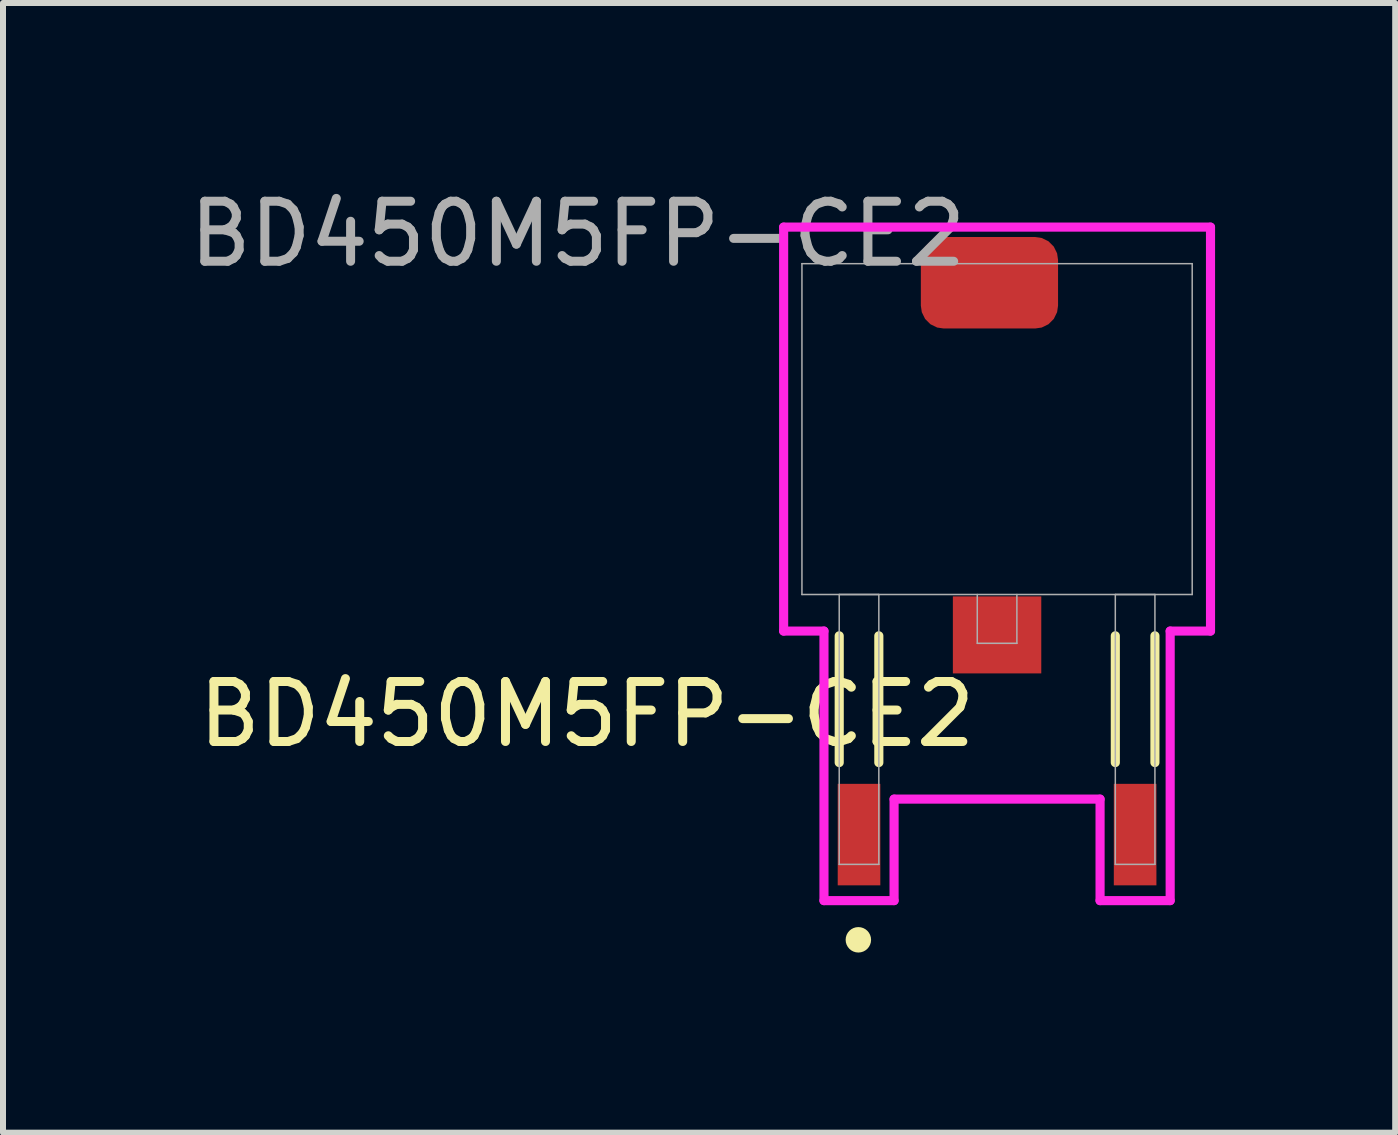
<source format=kicad_pcb>
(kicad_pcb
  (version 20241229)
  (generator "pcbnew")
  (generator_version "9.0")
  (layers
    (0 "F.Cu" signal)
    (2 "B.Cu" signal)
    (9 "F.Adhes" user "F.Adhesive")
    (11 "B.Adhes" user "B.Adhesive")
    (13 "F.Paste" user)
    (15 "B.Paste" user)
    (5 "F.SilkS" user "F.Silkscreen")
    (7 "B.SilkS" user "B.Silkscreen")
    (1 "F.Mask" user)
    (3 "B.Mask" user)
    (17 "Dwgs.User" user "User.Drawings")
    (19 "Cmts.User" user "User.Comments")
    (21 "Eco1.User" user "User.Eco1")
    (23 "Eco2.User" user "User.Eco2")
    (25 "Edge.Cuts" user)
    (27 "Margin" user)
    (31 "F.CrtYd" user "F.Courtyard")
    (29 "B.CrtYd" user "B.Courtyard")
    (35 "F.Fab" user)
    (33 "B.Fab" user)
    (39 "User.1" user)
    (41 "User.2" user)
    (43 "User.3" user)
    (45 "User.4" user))
  (footprint "BD450M5FP-CE2"
    (layer "F.Cu")
    (at 13.562 4.099)
    (property "Reference" "BD450M5FP-CE2" (at -6.833 4.75 0) (unlocked yes) (layer "F.SilkS") (effects (font (size 1 1) (thickness 0.15))))
    (attr smd)
    (fp_line (start -2.63 3.444) (end -2.63 5.556) (stroke (width 0.152) (type solid)) (layer "F.SilkS"))
    (fp_line (start -1.97 3.444) (end -1.97 5.556) (stroke (width 0.152) (type solid)) (layer "F.SilkS"))
    (fp_line (start 1.97 3.444) (end 1.97 5.556) (stroke (width 0.152) (type solid)) (layer "F.SilkS"))
    (fp_line (start 2.63 3.444) (end 2.63 5.556) (stroke (width 0.152) (type solid)) (layer "F.SilkS"))
    (fp_circle (center -2.311 8.509) (end -2.159 8.509) (stroke (width 0.12) (type solid)) (fill yes) (layer "F.SilkS"))
    (fp_line (start -3.556 -3.365) (end 3.556 -3.365) (stroke (width 0.152) (type solid)) (layer "F.CrtYd"))
    (fp_line (start -3.556 3.365) (end -3.556 -3.365) (stroke (width 0.152) (type solid)) (layer "F.CrtYd"))
    (fp_line (start -2.884 3.365) (end -3.556 3.365) (stroke (width 0.152) (type solid)) (layer "F.CrtYd"))
    (fp_line (start -2.884 7.856) (end -2.884 3.365) (stroke (width 0.152) (type solid)) (layer "F.CrtYd"))
    (fp_line (start -1.716 6.165) (end -1.716 7.856) (stroke (width 0.152) (type solid)) (layer "F.CrtYd"))
    (fp_line (start -1.716 7.856) (end -2.884 7.856) (stroke (width 0.152) (type solid)) (layer "F.CrtYd"))
    (fp_line (start 1.716 6.165) (end -1.716 6.165) (stroke (width 0.152) (type solid)) (layer "F.CrtYd"))
    (fp_line (start 1.716 7.856) (end 1.716 6.165) (stroke (width 0.152) (type solid)) (layer "F.CrtYd"))
    (fp_line (start 2.884 3.365) (end 2.884 7.856) (stroke (width 0.152) (type solid)) (layer "F.CrtYd"))
    (fp_line (start 2.884 7.856) (end 1.716 7.856) (stroke (width 0.152) (type solid)) (layer "F.CrtYd"))
    (fp_line (start 3.556 -3.365) (end 3.556 3.365) (stroke (width 0.152) (type solid)) (layer "F.CrtYd"))
    (fp_line (start 3.556 3.365) (end 2.884 3.365) (stroke (width 0.152) (type solid)) (layer "F.CrtYd"))
    (fp_line (start -3.251 -2.756) (end -3.251 2.756) (stroke (width 0.025) (type solid)) (layer "F.Fab"))
    (fp_line (start -3.251 2.756) (end 3.251 2.756) (stroke (width 0.025) (type solid)) (layer "F.Fab"))
    (fp_line (start -2.63 2.756) (end -2.63 7.252) (stroke (width 0.025) (type solid)) (layer "F.Fab"))
    (fp_line (start -2.63 7.252) (end -1.97 7.252) (stroke (width 0.025) (type solid)) (layer "F.Fab"))
    (fp_line (start -1.97 2.756) (end -2.63 2.756) (stroke (width 0.025) (type solid)) (layer "F.Fab"))
    (fp_line (start -1.97 7.252) (end -1.97 2.756) (stroke (width 0.025) (type solid)) (layer "F.Fab"))
    (fp_line (start -0.33 2.756) (end -0.33 3.569) (stroke (width 0.025) (type solid)) (layer "F.Fab"))
    (fp_line (start -0.33 3.569) (end 0.33 3.569) (stroke (width 0.025) (type solid)) (layer "F.Fab"))
    (fp_line (start 0.33 3.569) (end 0.33 2.756) (stroke (width 0.025) (type solid)) (layer "F.Fab"))
    (fp_line (start 1.97 2.756) (end 1.97 7.252) (stroke (width 0.025) (type solid)) (layer "F.Fab"))
    (fp_line (start 1.97 7.252) (end 2.63 7.252) (stroke (width 0.025) (type solid)) (layer "F.Fab"))
    (fp_line (start 2.63 2.756) (end 1.97 2.756) (stroke (width 0.025) (type solid)) (layer "F.Fab"))
    (fp_line (start 2.63 7.252) (end 2.63 2.756) (stroke (width 0.025) (type solid)) (layer "F.Fab"))
    (fp_line (start 3.251 -2.756) (end -3.251 -2.756) (stroke (width 0.025) (type solid)) (layer "F.Fab"))
    (fp_line (start 3.251 2.756) (end 3.251 -2.756) (stroke (width 0.025) (type solid)) (layer "F.Fab"))
    (fp_text user "${REFERENCE}" (at -6.985 -3.251 0) (unlocked yes) (layer "F.Fab") (effects (font (size 1 1) (thickness 0.15))))
    (pad "1" smd rect (at -2.3 6.756) (size 0.71 1.691) (layers "F.Cu" "F.Mask" "F.Paste"))
    (pad "2" smd rect (at 0 3.429) (size 1.473 1.283) (layers "F.Cu" "F.Mask" "F.Paste"))
    (pad "3" smd rect (at 2.3 6.756) (size 0.71 1.691) (layers "F.Cu" "F.Mask" "F.Paste"))
    (pad "4" smd roundrect (at -0.127 -2.438) (size 2.286 1.524) (layers "F.Cu" "F.Mask" "F.Paste") (roundrect_rratio 0.25)))
  (gr_rect
    (start -3 -3)
    (end 20.195 15.821)
    (stroke (width 0.1) (type default))
    (fill no)
    (layer "Edge.Cuts")))
</source>
